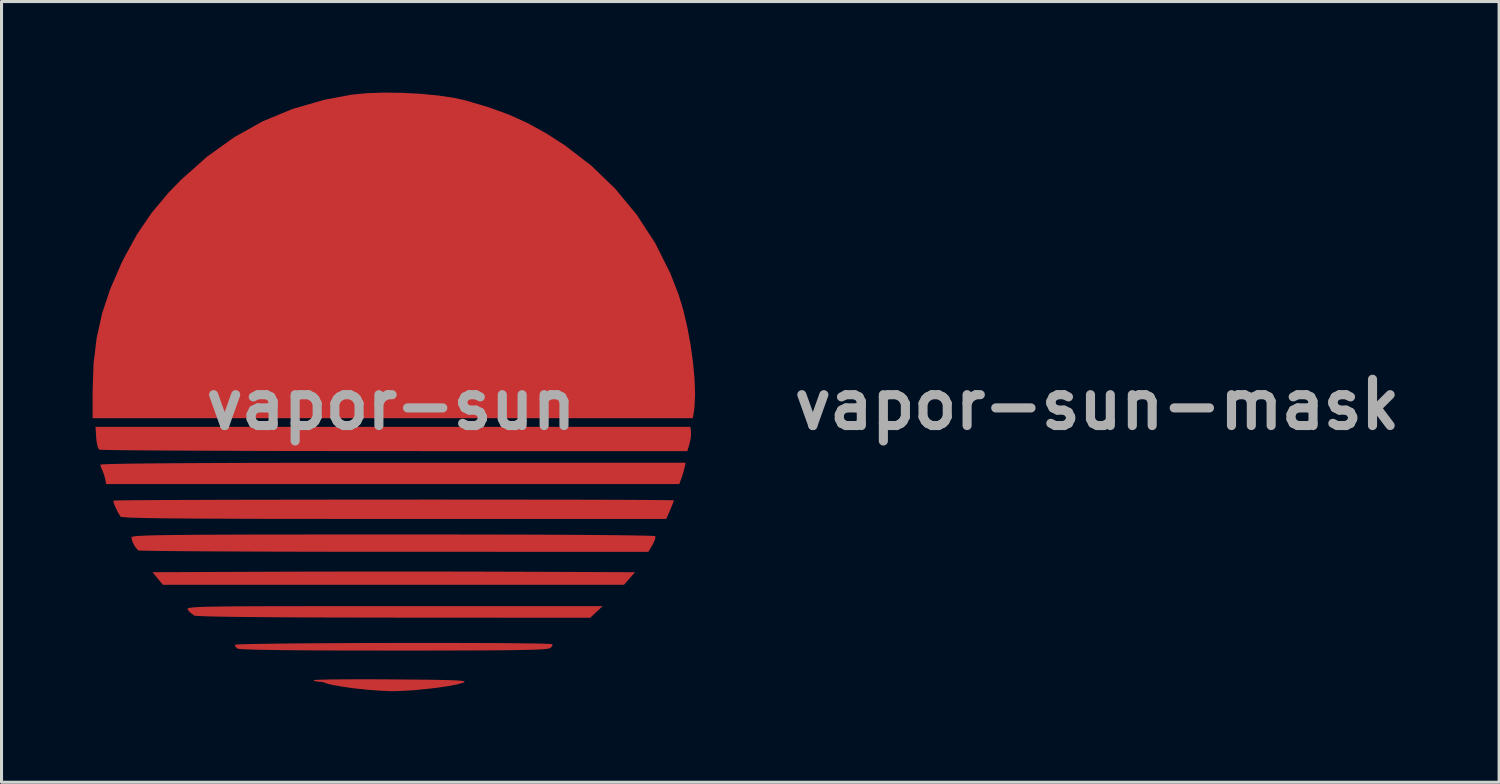
<source format=kicad_pcb>
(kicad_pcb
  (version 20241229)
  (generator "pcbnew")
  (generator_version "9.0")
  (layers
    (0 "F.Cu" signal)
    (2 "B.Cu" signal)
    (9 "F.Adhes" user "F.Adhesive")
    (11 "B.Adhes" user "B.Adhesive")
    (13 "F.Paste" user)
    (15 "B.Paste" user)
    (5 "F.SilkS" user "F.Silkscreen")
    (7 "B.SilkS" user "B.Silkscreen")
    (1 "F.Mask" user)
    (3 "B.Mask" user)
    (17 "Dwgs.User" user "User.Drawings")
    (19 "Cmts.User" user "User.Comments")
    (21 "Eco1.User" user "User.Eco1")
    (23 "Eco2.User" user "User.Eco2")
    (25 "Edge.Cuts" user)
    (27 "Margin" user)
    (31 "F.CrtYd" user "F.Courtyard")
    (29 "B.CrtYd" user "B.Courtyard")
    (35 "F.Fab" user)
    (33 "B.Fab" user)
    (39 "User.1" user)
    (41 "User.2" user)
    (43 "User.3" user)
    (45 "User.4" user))
  (footprint "vapor-sun-mask"
    (layer "F.Cu")
    (at 33.083 10.276)
    (property "Reference" "vapor-sun-mask" (at 0 0 0) (layer "F.Fab") (effects (font (size 1.524 1.524) (thickness 0.3))))
    (attr board_only exclude_from_pos_files exclude_from_bom)
    (fp_poly (pts (xy 1.117 5.497) (xy 2.146 5.499) (xy 3.113 5.501) (xy 3.987 5.504) (xy 4.087 5.504) (xy 8.036 5.52) (xy 7.854 5.728) (xy 7.673 5.935) (xy -7.512 5.935) (xy -7.856 5.52) (xy -3.859 5.504) (xy -2.99 5.501) (xy -2.026 5.499) (xy -1 5.498) (xy 0.058 5.497)) (stroke (width 0) (type solid)) (fill yes) (layer "F.Mask"))
    (fp_poly (pts (xy 9.665 2.09) (xy 9.611 2.29) (xy 9.56 2.441) (xy 9.494 2.617) (xy -9.379 2.617) (xy -9.416 2.441) (xy -9.466 2.267) (xy -9.513 2.155) (xy -9.564 2.031) (xy -9.573 1.979) (xy -9.512 1.969) (xy -9.327 1.96) (xy -9.019 1.952) (xy -8.588 1.944) (xy -8.032 1.938) (xy -7.352 1.932) (xy -6.546 1.927) (xy -5.615 1.923) (xy -4.559 1.919) (xy -3.376 1.917) (xy -2.066 1.915) (xy -0.63 1.915) (xy 0.065 1.915) (xy 9.703 1.915)) (stroke (width 0) (type solid)) (fill yes) (layer "F.Mask"))
    (fp_poly (pts (xy 9.882 0.891) (xy 9.878 1.056) (xy 9.84 1.259) (xy 9.832 1.29) (xy 9.759 1.532) (xy 0.109 1.531) (xy -0.991 1.53) (xy -2.057 1.529) (xy -3.082 1.528) (xy -4.058 1.526) (xy -4.979 1.523) (xy -5.837 1.52) (xy -6.625 1.517) (xy -7.337 1.513) (xy -7.965 1.509) (xy -8.503 1.504) (xy -8.943 1.5) (xy -9.279 1.495) (xy -9.502 1.49) (xy -9.607 1.484) (xy -9.615 1.483) (xy -9.659 1.397) (xy -9.696 1.228) (xy -9.71 1.085) (xy -9.732 0.734) (xy 9.86 0.734)) (stroke (width 0) (type solid)) (fill yes) (layer "F.Mask"))
    (fp_poly (pts (xy 6.765 6.829) (xy 6.56 7.02) (xy 0.105 7.016) (xy -1.047 7.014) (xy -2.096 7.012) (xy -3.039 7.008) (xy -3.875 7.003) (xy -4.599 6.997) (xy -5.21 6.99) (xy -5.705 6.982) (xy -6.08 6.973) (xy -6.335 6.963) (xy -6.465 6.952) (xy -6.481 6.948) (xy -6.624 6.84) (xy -6.689 6.761) (xy -6.699 6.741) (xy -6.699 6.724) (xy -6.682 6.709) (xy -6.64 6.695) (xy -6.567 6.684) (xy -6.456 6.674) (xy -6.3 6.665) (xy -6.092 6.658) (xy -5.824 6.653) (xy -5.489 6.648) (xy -5.082 6.644) (xy -4.594 6.642) (xy -4.019 6.64) (xy -3.349 6.639) (xy -2.577 6.638) (xy -1.698 6.637) (xy -0.702 6.637) (xy 0.102 6.637) (xy 6.97 6.637)) (stroke (width 0) (type solid)) (fill yes) (layer "F.Mask"))
    (fp_poly (pts (xy -0.196 9.048) (xy 0.016 9.05) (xy 0.659 9.055) (xy 1.184 9.06) (xy 1.601 9.067) (xy 1.921 9.074) (xy 2.154 9.083) (xy 2.308 9.094) (xy 2.395 9.108) (xy 2.425 9.125) (xy 2.407 9.145) (xy 2.385 9.155) (xy 2.205 9.209) (xy 1.926 9.264) (xy 1.577 9.317) (xy 1.187 9.364) (xy 0.786 9.403) (xy 0.401 9.428) (xy 0.062 9.438) (xy -0.003 9.438) (xy -0.331 9.424) (xy -0.725 9.395) (xy -1.126 9.355) (xy -1.352 9.326) (xy -1.648 9.281) (xy -1.897 9.238) (xy -2.071 9.2) (xy -2.144 9.174) (xy -2.237 9.139) (xy -2.372 9.126) (xy -2.502 9.111) (xy -2.553 9.078) (xy -2.491 9.068) (xy -2.315 9.06) (xy -2.039 9.053) (xy -1.675 9.049) (xy -1.238 9.046) (xy -0.74 9.046)) (stroke (width 0) (type solid)) (fill yes) (layer "F.Mask"))
    (fp_poly (pts (xy 0.346 -10.269) (xy 0.955 -10.238) (xy 1.538 -10.183) (xy 2.059 -10.106) (xy 2.425 -10.026) (xy 3.19 -9.802) (xy 3.864 -9.559) (xy 4.485 -9.279) (xy 5.091 -8.947) (xy 5.718 -8.545) (xy 5.724 -8.541) (xy 6.601 -7.867) (xy 7.393 -7.101) (xy 8.094 -6.252) (xy 8.697 -5.326) (xy 9.196 -4.333) (xy 9.471 -3.627) (xy 9.622 -3.13) (xy 9.754 -2.576) (xy 9.863 -1.992) (xy 9.945 -1.406) (xy 9.997 -0.847) (xy 10.015 -0.342) (xy 9.996 0.081) (xy 9.979 0.207) (xy 9.939 0.447) (xy -9.828 0.447) (xy -9.828 -0.436) (xy -9.796 -1.358) (xy -9.693 -2.205) (xy -9.512 -3.013) (xy -9.244 -3.816) (xy -8.881 -4.651) (xy -8.799 -4.818) (xy -8.368 -5.604) (xy -7.887 -6.311) (xy -7.328 -6.979) (xy -6.909 -7.409) (xy -6.056 -8.168) (xy -5.166 -8.805) (xy -4.233 -9.327) (xy -3.246 -9.737) (xy -2.199 -10.039) (xy -1.296 -10.208) (xy -0.815 -10.256) (xy -0.256 -10.276)) (stroke (width 0) (type solid)) (fill yes) (layer "F.Mask"))
    (fp_poly (pts (xy 1.482 7.849) (xy 2.155 7.85) (xy 2.793 7.852) (xy 3.384 7.854) (xy 3.918 7.858) (xy 4.383 7.863) (xy 4.767 7.868) (xy 5.058 7.875) (xy 5.246 7.883) (xy 5.317 7.891) (xy 5.317 7.891) (xy 5.307 7.956) (xy 5.248 8.017) (xy 5.206 8.033) (xy 5.119 8.047) (xy 4.979 8.059) (xy 4.78 8.069) (xy 4.513 8.077) (xy 4.172 8.084) (xy 3.748 8.09) (xy 3.234 8.094) (xy 2.622 8.097) (xy 1.906 8.099) (xy 1.078 8.101) (xy 0.129 8.101) (xy 0.096 8.101) (xy -0.979 8.1) (xy -1.93 8.098) (xy -2.755 8.093) (xy -3.456 8.088) (xy -4.03 8.08) (xy -4.478 8.071) (xy -4.8 8.06) (xy -4.994 8.047) (xy -5.059 8.035) (xy -5.135 7.958) (xy -5.135 7.91) (xy -5.067 7.901) (xy -4.884 7.892) (xy -4.596 7.885) (xy -4.215 7.878) (xy -3.752 7.872) (xy -3.22 7.866) (xy -2.63 7.861) (xy -1.994 7.857) (xy -1.322 7.854) (xy -0.627 7.851) (xy 0.08 7.85) (xy 0.786 7.849)) (stroke (width 0) (type solid)) (fill yes) (layer "F.Mask"))
    (fp_poly (pts (xy 1.275 4.277) (xy 2.415 4.278) (xy 3.475 4.28) (xy 4.451 4.282) (xy 5.339 4.286) (xy 6.133 4.29) (xy 6.829 4.295) (xy 7.423 4.301) (xy 7.91 4.307) (xy 8.286 4.314) (xy 8.545 4.321) (xy 8.684 4.33) (xy 8.708 4.334) (xy 8.701 4.422) (xy 8.64 4.568) (xy 8.61 4.622) (xy 8.476 4.85) (xy 0.106 4.848) (xy -0.918 4.848) (xy -1.907 4.847) (xy -2.853 4.845) (xy -3.75 4.843) (xy -4.588 4.84) (xy -5.362 4.836) (xy -6.063 4.833) (xy -6.684 4.828) (xy -7.217 4.824) (xy -7.654 4.819) (xy -7.989 4.814) (xy -8.214 4.808) (xy -8.321 4.803) (xy -8.328 4.801) (xy -8.428 4.684) (xy -8.515 4.517) (xy -8.552 4.373) (xy -8.541 4.36) (xy -8.505 4.347) (xy -8.437 4.336) (xy -8.332 4.326) (xy -8.182 4.318) (xy -7.982 4.31) (xy -7.727 4.303) (xy -7.409 4.298) (xy -7.022 4.293) (xy -6.561 4.289) (xy -6.019 4.285) (xy -5.39 4.283) (xy -4.668 4.28) (xy -3.847 4.279) (xy -2.92 4.278) (xy -1.882 4.277) (xy -0.726 4.277) (xy 0.06 4.276)) (stroke (width 0) (type solid)) (fill yes) (layer "F.Mask"))
    (fp_poly (pts (xy 2.237 3.128) (xy 3.143 3.128) (xy 4.019 3.129) (xy 4.859 3.13) (xy 5.653 3.131) (xy 6.392 3.132) (xy 7.067 3.134) (xy 7.671 3.136) (xy 8.194 3.139) (xy 8.628 3.142) (xy 8.963 3.145) (xy 9.192 3.148) (xy 9.306 3.152) (xy 9.318 3.154) (xy 9.295 3.223) (xy 9.236 3.369) (xy 9.192 3.473) (xy 9.067 3.765) (xy 0.102 3.765) (xy -1.194 3.765) (xy -2.368 3.764) (xy -3.425 3.763) (xy -4.369 3.762) (xy -5.208 3.759) (xy -5.945 3.756) (xy -6.586 3.753) (xy -7.137 3.748) (xy -7.602 3.743) (xy -7.987 3.737) (xy -8.298 3.73) (xy -8.539 3.723) (xy -8.715 3.714) (xy -8.833 3.704) (xy -8.898 3.694) (xy -8.913 3.686) (xy -9.021 3.497) (xy -9.102 3.323) (xy -9.142 3.198) (xy -9.139 3.162) (xy -9.073 3.158) (xy -8.888 3.154) (xy -8.593 3.15) (xy -8.197 3.147) (xy -7.707 3.144) (xy -7.134 3.141) (xy -6.486 3.139) (xy -5.771 3.136) (xy -4.997 3.134) (xy -4.175 3.133) (xy -3.312 3.131) (xy -2.416 3.13) (xy -1.498 3.129) (xy -0.564 3.128) (xy 0.375 3.128) (xy 1.312 3.127)) (stroke (width 0) (type solid)) (fill yes) (layer "F.Mask")))
  (footprint "vapor-sun"
    (layer "F.Cu")
    (at 9.828 10.276)
    (property "Reference" "vapor-sun" (at 0 0 0) (layer "F.Fab") (effects (font (size 1.524 1.524) (thickness 0.3))))
    (attr board_only exclude_from_pos_files exclude_from_bom)
    (fp_poly (pts (xy 1.117 5.497) (xy 2.146 5.499) (xy 3.113 5.501) (xy 3.987 5.504) (xy 4.087 5.504) (xy 8.036 5.52) (xy 7.854 5.728) (xy 7.673 5.935) (xy -7.512 5.935) (xy -7.856 5.52) (xy -3.859 5.504) (xy -2.99 5.501) (xy -2.026 5.499) (xy -1 5.498) (xy 0.058 5.497)) (stroke (width 0) (type solid)) (fill yes) (layer "F.Cu"))
    (fp_poly (pts (xy 9.665 2.09) (xy 9.611 2.29) (xy 9.56 2.441) (xy 9.494 2.617) (xy -9.379 2.617) (xy -9.416 2.441) (xy -9.466 2.267) (xy -9.513 2.155) (xy -9.564 2.031) (xy -9.573 1.979) (xy -9.512 1.969) (xy -9.327 1.96) (xy -9.019 1.952) (xy -8.588 1.944) (xy -8.032 1.938) (xy -7.352 1.932) (xy -6.546 1.927) (xy -5.615 1.923) (xy -4.559 1.919) (xy -3.376 1.917) (xy -2.066 1.915) (xy -0.63 1.915) (xy 0.065 1.915) (xy 9.703 1.915)) (stroke (width 0) (type solid)) (fill yes) (layer "F.Cu"))
    (fp_poly (pts (xy 9.882 0.891) (xy 9.878 1.056) (xy 9.84 1.259) (xy 9.832 1.29) (xy 9.759 1.532) (xy 0.109 1.531) (xy -0.991 1.53) (xy -2.057 1.529) (xy -3.082 1.528) (xy -4.058 1.526) (xy -4.979 1.523) (xy -5.837 1.52) (xy -6.625 1.517) (xy -7.337 1.513) (xy -7.965 1.509) (xy -8.503 1.504) (xy -8.943 1.5) (xy -9.279 1.495) (xy -9.502 1.49) (xy -9.607 1.484) (xy -9.615 1.483) (xy -9.659 1.397) (xy -9.696 1.228) (xy -9.71 1.085) (xy -9.732 0.734) (xy 9.86 0.734)) (stroke (width 0) (type solid)) (fill yes) (layer "F.Cu"))
    (fp_poly (pts (xy 6.765 6.829) (xy 6.56 7.02) (xy 0.105 7.016) (xy -1.047 7.014) (xy -2.096 7.012) (xy -3.039 7.008) (xy -3.875 7.003) (xy -4.599 6.997) (xy -5.21 6.99) (xy -5.705 6.982) (xy -6.08 6.973) (xy -6.335 6.963) (xy -6.465 6.952) (xy -6.481 6.948) (xy -6.624 6.84) (xy -6.689 6.761) (xy -6.699 6.741) (xy -6.699 6.724) (xy -6.682 6.709) (xy -6.64 6.695) (xy -6.567 6.684) (xy -6.456 6.674) (xy -6.3 6.665) (xy -6.092 6.658) (xy -5.824 6.653) (xy -5.489 6.648) (xy -5.082 6.644) (xy -4.594 6.642) (xy -4.019 6.64) (xy -3.349 6.639) (xy -2.577 6.638) (xy -1.698 6.637) (xy -0.702 6.637) (xy 0.102 6.637) (xy 6.97 6.637)) (stroke (width 0) (type solid)) (fill yes) (layer "F.Cu"))
    (fp_poly (pts (xy -0.196 9.048) (xy 0.016 9.05) (xy 0.659 9.055) (xy 1.184 9.06) (xy 1.601 9.067) (xy 1.921 9.074) (xy 2.154 9.083) (xy 2.308 9.094) (xy 2.395 9.108) (xy 2.425 9.125) (xy 2.407 9.145) (xy 2.385 9.155) (xy 2.205 9.209) (xy 1.926 9.264) (xy 1.577 9.317) (xy 1.187 9.364) (xy 0.786 9.403) (xy 0.401 9.428) (xy 0.062 9.438) (xy -0.003 9.438) (xy -0.331 9.424) (xy -0.725 9.395) (xy -1.126 9.355) (xy -1.352 9.326) (xy -1.648 9.281) (xy -1.897 9.238) (xy -2.071 9.2) (xy -2.144 9.174) (xy -2.237 9.139) (xy -2.372 9.126) (xy -2.502 9.111) (xy -2.553 9.078) (xy -2.491 9.068) (xy -2.315 9.06) (xy -2.039 9.053) (xy -1.675 9.049) (xy -1.238 9.046) (xy -0.74 9.046)) (stroke (width 0) (type solid)) (fill yes) (layer "F.Cu"))
    (fp_poly (pts (xy 0.346 -10.269) (xy 0.955 -10.238) (xy 1.538 -10.183) (xy 2.059 -10.106) (xy 2.425 -10.026) (xy 3.19 -9.802) (xy 3.864 -9.559) (xy 4.485 -9.279) (xy 5.091 -8.947) (xy 5.718 -8.545) (xy 5.724 -8.541) (xy 6.601 -7.867) (xy 7.393 -7.101) (xy 8.094 -6.252) (xy 8.697 -5.326) (xy 9.196 -4.333) (xy 9.471 -3.627) (xy 9.622 -3.13) (xy 9.754 -2.576) (xy 9.863 -1.992) (xy 9.945 -1.406) (xy 9.997 -0.847) (xy 10.015 -0.342) (xy 9.996 0.081) (xy 9.979 0.207) (xy 9.939 0.447) (xy -9.828 0.447) (xy -9.828 -0.436) (xy -9.796 -1.358) (xy -9.693 -2.205) (xy -9.512 -3.013) (xy -9.244 -3.816) (xy -8.881 -4.651) (xy -8.799 -4.818) (xy -8.368 -5.604) (xy -7.887 -6.311) (xy -7.328 -6.979) (xy -6.909 -7.409) (xy -6.056 -8.168) (xy -5.166 -8.805) (xy -4.233 -9.327) (xy -3.246 -9.737) (xy -2.199 -10.039) (xy -1.296 -10.208) (xy -0.815 -10.256) (xy -0.256 -10.276)) (stroke (width 0) (type solid)) (fill yes) (layer "F.Cu"))
    (fp_poly (pts (xy 1.482 7.849) (xy 2.155 7.85) (xy 2.793 7.852) (xy 3.384 7.854) (xy 3.918 7.858) (xy 4.383 7.863) (xy 4.767 7.868) (xy 5.058 7.875) (xy 5.246 7.883) (xy 5.317 7.891) (xy 5.317 7.891) (xy 5.307 7.956) (xy 5.248 8.017) (xy 5.206 8.033) (xy 5.119 8.047) (xy 4.979 8.059) (xy 4.78 8.069) (xy 4.513 8.077) (xy 4.172 8.084) (xy 3.748 8.09) (xy 3.234 8.094) (xy 2.622 8.097) (xy 1.906 8.099) (xy 1.078 8.101) (xy 0.129 8.101) (xy 0.096 8.101) (xy -0.979 8.1) (xy -1.93 8.098) (xy -2.755 8.093) (xy -3.456 8.088) (xy -4.03 8.08) (xy -4.478 8.071) (xy -4.8 8.06) (xy -4.994 8.047) (xy -5.059 8.035) (xy -5.135 7.958) (xy -5.135 7.91) (xy -5.067 7.901) (xy -4.884 7.892) (xy -4.596 7.885) (xy -4.215 7.878) (xy -3.752 7.872) (xy -3.22 7.866) (xy -2.63 7.861) (xy -1.994 7.857) (xy -1.322 7.854) (xy -0.627 7.851) (xy 0.08 7.85) (xy 0.786 7.849)) (stroke (width 0) (type solid)) (fill yes) (layer "F.Cu"))
    (fp_poly (pts (xy 1.275 4.277) (xy 2.415 4.278) (xy 3.475 4.28) (xy 4.451 4.282) (xy 5.339 4.286) (xy 6.133 4.29) (xy 6.829 4.295) (xy 7.423 4.301) (xy 7.91 4.307) (xy 8.286 4.314) (xy 8.545 4.321) (xy 8.684 4.33) (xy 8.708 4.334) (xy 8.701 4.422) (xy 8.64 4.568) (xy 8.61 4.622) (xy 8.476 4.85) (xy 0.106 4.848) (xy -0.918 4.848) (xy -1.907 4.847) (xy -2.853 4.845) (xy -3.75 4.843) (xy -4.588 4.84) (xy -5.362 4.836) (xy -6.063 4.833) (xy -6.684 4.828) (xy -7.217 4.824) (xy -7.654 4.819) (xy -7.989 4.814) (xy -8.214 4.808) (xy -8.321 4.803) (xy -8.328 4.801) (xy -8.428 4.684) (xy -8.515 4.517) (xy -8.552 4.373) (xy -8.541 4.36) (xy -8.505 4.347) (xy -8.437 4.336) (xy -8.332 4.326) (xy -8.182 4.318) (xy -7.982 4.31) (xy -7.727 4.303) (xy -7.409 4.298) (xy -7.022 4.293) (xy -6.561 4.289) (xy -6.019 4.285) (xy -5.39 4.283) (xy -4.668 4.28) (xy -3.847 4.279) (xy -2.92 4.278) (xy -1.882 4.277) (xy -0.726 4.277) (xy 0.06 4.276)) (stroke (width 0) (type solid)) (fill yes) (layer "F.Cu"))
    (fp_poly (pts (xy 2.237 3.128) (xy 3.143 3.128) (xy 4.019 3.129) (xy 4.859 3.13) (xy 5.653 3.131) (xy 6.392 3.132) (xy 7.067 3.134) (xy 7.671 3.136) (xy 8.194 3.139) (xy 8.628 3.142) (xy 8.963 3.145) (xy 9.192 3.148) (xy 9.306 3.152) (xy 9.318 3.154) (xy 9.295 3.223) (xy 9.236 3.369) (xy 9.192 3.473) (xy 9.067 3.765) (xy 0.102 3.765) (xy -1.194 3.765) (xy -2.368 3.764) (xy -3.425 3.763) (xy -4.369 3.762) (xy -5.208 3.759) (xy -5.945 3.756) (xy -6.586 3.753) (xy -7.137 3.748) (xy -7.602 3.743) (xy -7.987 3.737) (xy -8.298 3.73) (xy -8.539 3.723) (xy -8.715 3.714) (xy -8.833 3.704) (xy -8.898 3.694) (xy -8.913 3.686) (xy -9.021 3.497) (xy -9.102 3.323) (xy -9.142 3.198) (xy -9.139 3.162) (xy -9.073 3.158) (xy -8.888 3.154) (xy -8.593 3.15) (xy -8.197 3.147) (xy -7.707 3.144) (xy -7.134 3.141) (xy -6.486 3.139) (xy -5.771 3.136) (xy -4.997 3.134) (xy -4.175 3.133) (xy -3.312 3.131) (xy -2.416 3.13) (xy -1.498 3.129) (xy -0.564 3.128) (xy 0.375 3.128) (xy 1.312 3.127)) (stroke (width 0) (type solid)) (fill yes) (layer "F.Cu")))
  (gr_rect
    (start -3 -3)
    (end 46.323 22.714)
    (stroke (width 0.1) (type default))
    (fill no)
    (layer "Edge.Cuts")))
</source>
